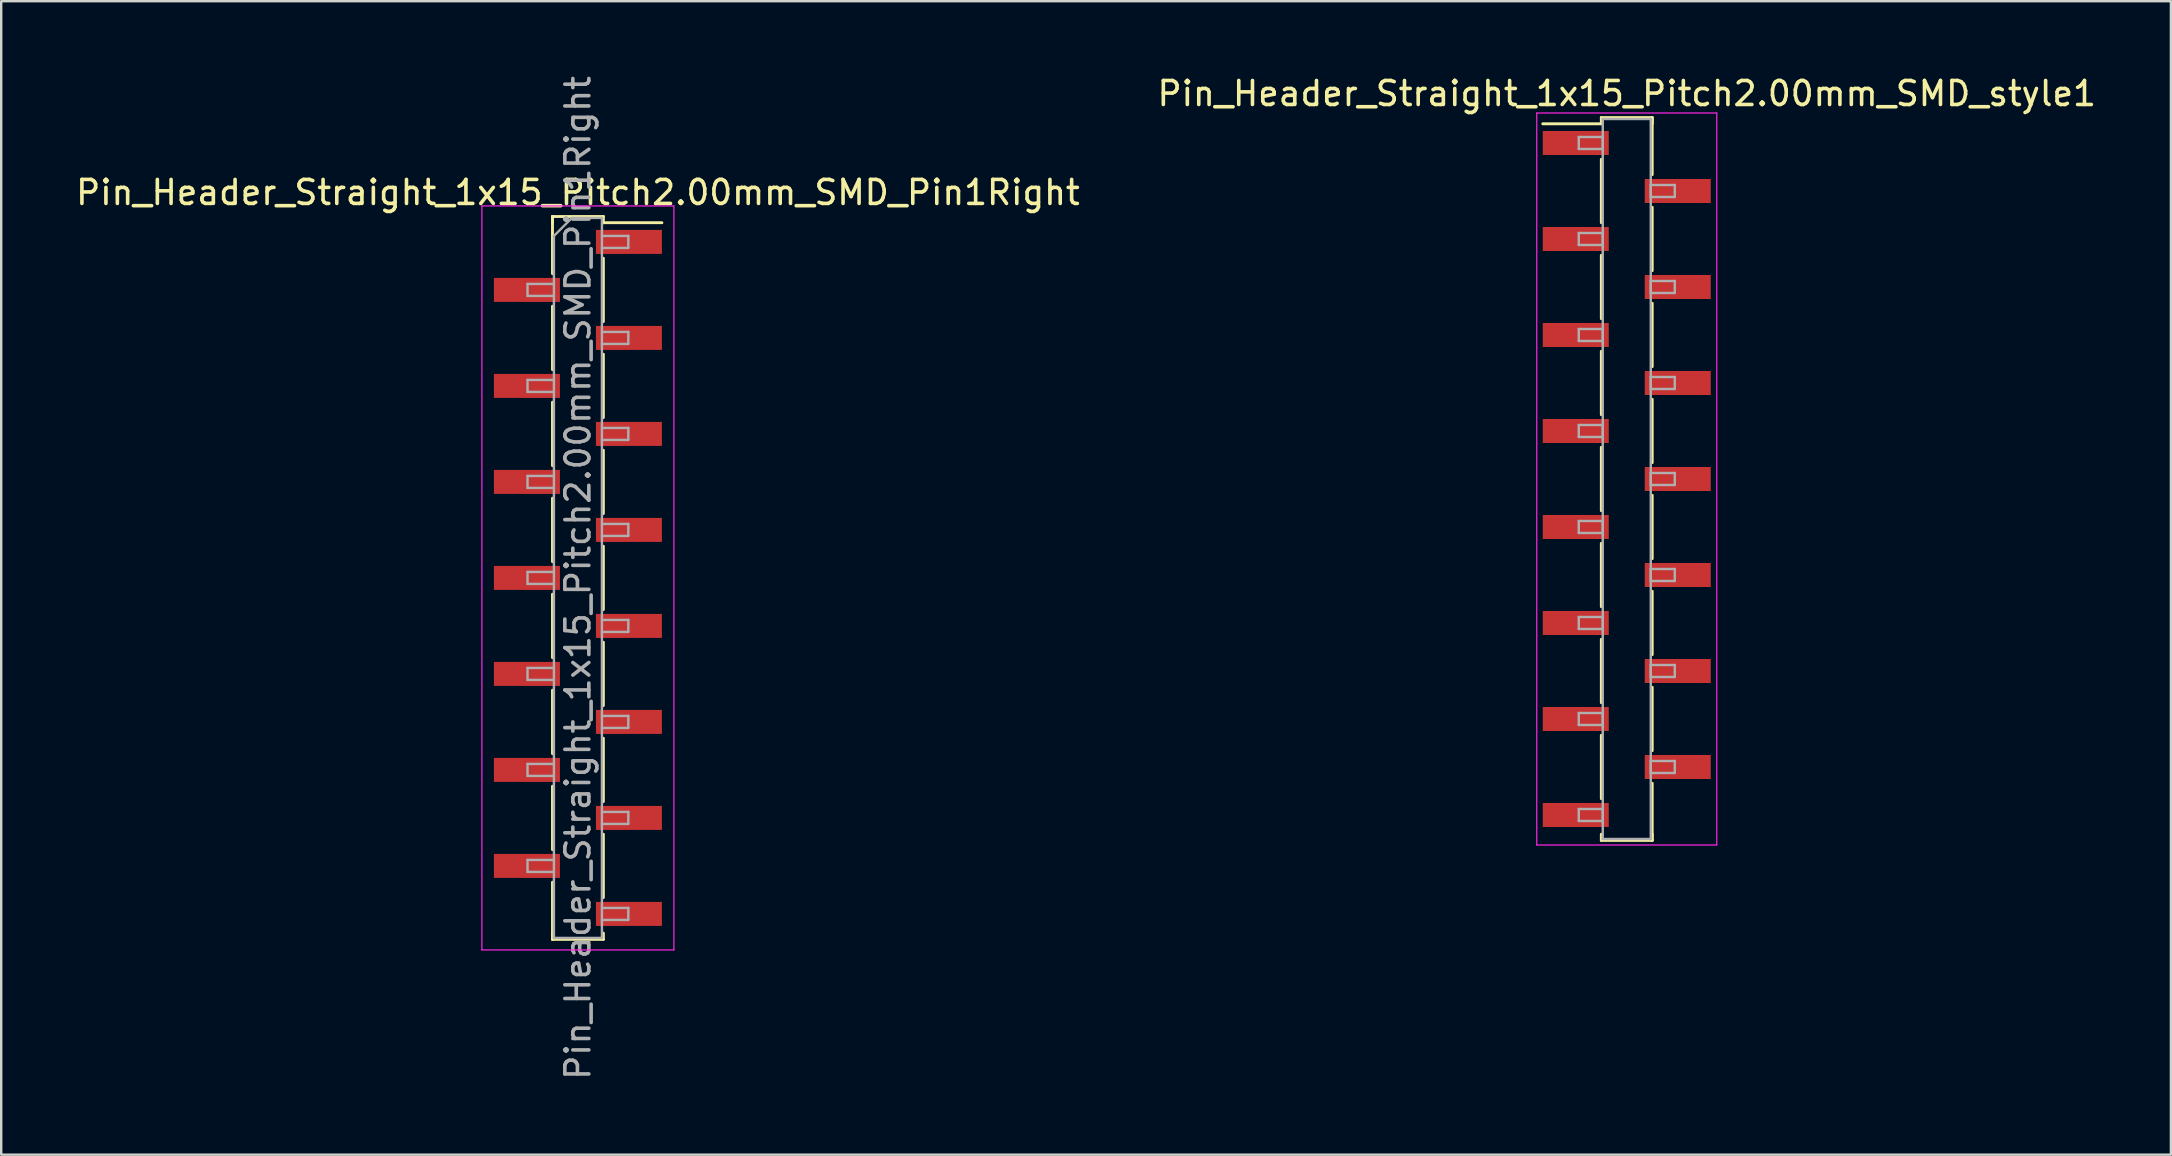
<source format=kicad_pcb>
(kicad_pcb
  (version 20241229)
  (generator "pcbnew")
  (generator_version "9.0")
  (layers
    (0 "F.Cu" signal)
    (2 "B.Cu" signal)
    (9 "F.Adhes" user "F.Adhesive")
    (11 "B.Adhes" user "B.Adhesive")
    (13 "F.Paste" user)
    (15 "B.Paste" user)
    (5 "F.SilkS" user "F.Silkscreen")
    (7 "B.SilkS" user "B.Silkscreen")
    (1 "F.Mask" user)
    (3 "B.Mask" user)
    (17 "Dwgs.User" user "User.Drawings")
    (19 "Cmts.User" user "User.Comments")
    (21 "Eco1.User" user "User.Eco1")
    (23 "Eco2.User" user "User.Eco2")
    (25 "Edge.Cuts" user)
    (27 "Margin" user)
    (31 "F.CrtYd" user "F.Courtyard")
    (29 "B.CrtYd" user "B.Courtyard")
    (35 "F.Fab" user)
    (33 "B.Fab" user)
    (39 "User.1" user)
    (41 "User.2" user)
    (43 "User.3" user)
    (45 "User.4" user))
  (footprint "Pin_Header_Straight_1x15_Pitch2.00mm_SMD_Pin1Right"
    (layer "F.Cu")
    (at 21.03 21.03)
    (property "Reference" "Pin_Header_Straight_1x15_Pitch2.00mm_SMD_Pin1Right" (at 0 -16.06 0) (layer "F.SilkS") (effects (font (size 1 1) (thickness 0.15))))
    (attr smd)
    (fp_line (start -1.06 -15.06) (end -1.06 -12.68) (stroke (width 0.12) (type solid)) (layer "F.SilkS"))
    (fp_line (start -1.06 -15.06) (end 1.06 -15.06) (stroke (width 0.12) (type solid)) (layer "F.SilkS"))
    (fp_line (start -1.06 -14.8) (end -1.06 -15.06) (stroke (width 0.12) (type solid)) (layer "F.SilkS"))
    (fp_line (start -1.06 -11.32) (end -1.06 -8.68) (stroke (width 0.12) (type solid)) (layer "F.SilkS"))
    (fp_line (start -1.06 -7.32) (end -1.06 -4.68) (stroke (width 0.12) (type solid)) (layer "F.SilkS"))
    (fp_line (start -1.06 -3.32) (end -1.06 -0.68) (stroke (width 0.12) (type solid)) (layer "F.SilkS"))
    (fp_line (start -1.06 0.68) (end -1.06 3.32) (stroke (width 0.12) (type solid)) (layer "F.SilkS"))
    (fp_line (start -1.06 4.68) (end -1.06 7.32) (stroke (width 0.12) (type solid)) (layer "F.SilkS"))
    (fp_line (start -1.06 8.68) (end -1.06 11.32) (stroke (width 0.12) (type solid)) (layer "F.SilkS"))
    (fp_line (start -1.06 12.68) (end -1.06 15.06) (stroke (width 0.12) (type solid)) (layer "F.SilkS"))
    (fp_line (start -1.06 14.8) (end -1.06 15.06) (stroke (width 0.12) (type solid)) (layer "F.SilkS"))
    (fp_line (start -1.06 15.06) (end 1.06 15.06) (stroke (width 0.12) (type solid)) (layer "F.SilkS"))
    (fp_line (start 1.06 -15.06) (end 1.06 -14.8) (stroke (width 0.12) (type solid)) (layer "F.SilkS"))
    (fp_line (start 1.06 -14.8) (end 3.5 -14.8) (stroke (width 0.12) (type solid)) (layer "F.SilkS"))
    (fp_line (start 1.06 -13.32) (end 1.06 -10.68) (stroke (width 0.12) (type solid)) (layer "F.SilkS"))
    (fp_line (start 1.06 -9.32) (end 1.06 -6.68) (stroke (width 0.12) (type solid)) (layer "F.SilkS"))
    (fp_line (start 1.06 -5.32) (end 1.06 -2.68) (stroke (width 0.12) (type solid)) (layer "F.SilkS"))
    (fp_line (start 1.06 -1.32) (end 1.06 1.32) (stroke (width 0.12) (type solid)) (layer "F.SilkS"))
    (fp_line (start 1.06 2.68) (end 1.06 5.32) (stroke (width 0.12) (type solid)) (layer "F.SilkS"))
    (fp_line (start 1.06 6.68) (end 1.06 9.32) (stroke (width 0.12) (type solid)) (layer "F.SilkS"))
    (fp_line (start 1.06 10.68) (end 1.06 13.32) (stroke (width 0.12) (type solid)) (layer "F.SilkS"))
    (fp_line (start 1.06 15.06) (end 1.06 14.8) (stroke (width 0.12) (type solid)) (layer "F.SilkS"))
    (fp_line (start -4 -15.5) (end -4 15.5) (stroke (width 0.05) (type solid)) (layer "F.CrtYd"))
    (fp_line (start -4 15.5) (end 4 15.5) (stroke (width 0.05) (type solid)) (layer "F.CrtYd"))
    (fp_line (start 4 -15.5) (end -4 -15.5) (stroke (width 0.05) (type solid)) (layer "F.CrtYd"))
    (fp_line (start 4 15.5) (end 4 -15.5) (stroke (width 0.05) (type solid)) (layer "F.CrtYd"))
    (fp_line (start -2.1 -12.25) (end -2.1 -11.75) (stroke (width 0.1) (type solid)) (layer "F.Fab"))
    (fp_line (start -2.1 -11.75) (end -1 -11.75) (stroke (width 0.1) (type solid)) (layer "F.Fab"))
    (fp_line (start -2.1 -8.25) (end -2.1 -7.75) (stroke (width 0.1) (type solid)) (layer "F.Fab"))
    (fp_line (start -2.1 -7.75) (end -1 -7.75) (stroke (width 0.1) (type solid)) (layer "F.Fab"))
    (fp_line (start -2.1 -4.25) (end -2.1 -3.75) (stroke (width 0.1) (type solid)) (layer "F.Fab"))
    (fp_line (start -2.1 -3.75) (end -1 -3.75) (stroke (width 0.1) (type solid)) (layer "F.Fab"))
    (fp_line (start -2.1 -0.25) (end -2.1 0.25) (stroke (width 0.1) (type solid)) (layer "F.Fab"))
    (fp_line (start -2.1 0.25) (end -1 0.25) (stroke (width 0.1) (type solid)) (layer "F.Fab"))
    (fp_line (start -2.1 3.75) (end -2.1 4.25) (stroke (width 0.1) (type solid)) (layer "F.Fab"))
    (fp_line (start -2.1 4.25) (end -1 4.25) (stroke (width 0.1) (type solid)) (layer "F.Fab"))
    (fp_line (start -2.1 7.75) (end -2.1 8.25) (stroke (width 0.1) (type solid)) (layer "F.Fab"))
    (fp_line (start -2.1 8.25) (end -1 8.25) (stroke (width 0.1) (type solid)) (layer "F.Fab"))
    (fp_line (start -2.1 11.75) (end -2.1 12.25) (stroke (width 0.1) (type solid)) (layer "F.Fab"))
    (fp_line (start -2.1 12.25) (end -1 12.25) (stroke (width 0.1) (type solid)) (layer "F.Fab"))
    (fp_line (start -1 -14.25) (end -0.25 -15) (stroke (width 0.1) (type solid)) (layer "F.Fab"))
    (fp_line (start -1 -12.25) (end -2.1 -12.25) (stroke (width 0.1) (type solid)) (layer "F.Fab"))
    (fp_line (start -1 -8.25) (end -2.1 -8.25) (stroke (width 0.1) (type solid)) (layer "F.Fab"))
    (fp_line (start -1 -4.25) (end -2.1 -4.25) (stroke (width 0.1) (type solid)) (layer "F.Fab"))
    (fp_line (start -1 -0.25) (end -2.1 -0.25) (stroke (width 0.1) (type solid)) (layer "F.Fab"))
    (fp_line (start -1 3.75) (end -2.1 3.75) (stroke (width 0.1) (type solid)) (layer "F.Fab"))
    (fp_line (start -1 7.75) (end -2.1 7.75) (stroke (width 0.1) (type solid)) (layer "F.Fab"))
    (fp_line (start -1 11.75) (end -2.1 11.75) (stroke (width 0.1) (type solid)) (layer "F.Fab"))
    (fp_line (start -1 15) (end -1 -14.25) (stroke (width 0.1) (type solid)) (layer "F.Fab"))
    (fp_line (start -0.25 -15) (end 1 -15) (stroke (width 0.1) (type solid)) (layer "F.Fab"))
    (fp_line (start 1 -15) (end 1 15) (stroke (width 0.1) (type solid)) (layer "F.Fab"))
    (fp_line (start 1 -14.25) (end 2.1 -14.25) (stroke (width 0.1) (type solid)) (layer "F.Fab"))
    (fp_line (start 1 -10.25) (end 2.1 -10.25) (stroke (width 0.1) (type solid)) (layer "F.Fab"))
    (fp_line (start 1 -6.25) (end 2.1 -6.25) (stroke (width 0.1) (type solid)) (layer "F.Fab"))
    (fp_line (start 1 -2.25) (end 2.1 -2.25) (stroke (width 0.1) (type solid)) (layer "F.Fab"))
    (fp_line (start 1 1.75) (end 2.1 1.75) (stroke (width 0.1) (type solid)) (layer "F.Fab"))
    (fp_line (start 1 5.75) (end 2.1 5.75) (stroke (width 0.1) (type solid)) (layer "F.Fab"))
    (fp_line (start 1 9.75) (end 2.1 9.75) (stroke (width 0.1) (type solid)) (layer "F.Fab"))
    (fp_line (start 1 13.75) (end 2.1 13.75) (stroke (width 0.1) (type solid)) (layer "F.Fab"))
    (fp_line (start 1 15) (end -1 15) (stroke (width 0.1) (type solid)) (layer "F.Fab"))
    (fp_line (start 2.1 -14.25) (end 2.1 -13.75) (stroke (width 0.1) (type solid)) (layer "F.Fab"))
    (fp_line (start 2.1 -13.75) (end 1 -13.75) (stroke (width 0.1) (type solid)) (layer "F.Fab"))
    (fp_line (start 2.1 -10.25) (end 2.1 -9.75) (stroke (width 0.1) (type solid)) (layer "F.Fab"))
    (fp_line (start 2.1 -9.75) (end 1 -9.75) (stroke (width 0.1) (type solid)) (layer "F.Fab"))
    (fp_line (start 2.1 -6.25) (end 2.1 -5.75) (stroke (width 0.1) (type solid)) (layer "F.Fab"))
    (fp_line (start 2.1 -5.75) (end 1 -5.75) (stroke (width 0.1) (type solid)) (layer "F.Fab"))
    (fp_line (start 2.1 -2.25) (end 2.1 -1.75) (stroke (width 0.1) (type solid)) (layer "F.Fab"))
    (fp_line (start 2.1 -1.75) (end 1 -1.75) (stroke (width 0.1) (type solid)) (layer "F.Fab"))
    (fp_line (start 2.1 1.75) (end 2.1 2.25) (stroke (width 0.1) (type solid)) (layer "F.Fab"))
    (fp_line (start 2.1 2.25) (end 1 2.25) (stroke (width 0.1) (type solid)) (layer "F.Fab"))
    (fp_line (start 2.1 5.75) (end 2.1 6.25) (stroke (width 0.1) (type solid)) (layer "F.Fab"))
    (fp_line (start 2.1 6.25) (end 1 6.25) (stroke (width 0.1) (type solid)) (layer "F.Fab"))
    (fp_line (start 2.1 9.75) (end 2.1 10.25) (stroke (width 0.1) (type solid)) (layer "F.Fab"))
    (fp_line (start 2.1 10.25) (end 1 10.25) (stroke (width 0.1) (type solid)) (layer "F.Fab"))
    (fp_line (start 2.1 13.75) (end 2.1 14.25) (stroke (width 0.1) (type solid)) (layer "F.Fab"))
    (fp_line (start 2.1 14.25) (end 1 14.25) (stroke (width 0.1) (type solid)) (layer "F.Fab"))
    (fp_text user "${REFERENCE}" (at 0 0 90) (layer "F.Fab") (effects (font (size 1 1) (thickness 0.15))))
    (pad "1" smd rect (at 2.125 -14) (size 2.75 1) (layers "F.Cu" "F.Mask" "F.Paste"))
    (pad "2" smd rect (at -2.125 -12) (size 2.75 1) (layers "F.Cu" "F.Mask" "F.Paste"))
    (pad "3" smd rect (at 2.125 -10) (size 2.75 1) (layers "F.Cu" "F.Mask" "F.Paste"))
    (pad "4" smd rect (at -2.125 -8) (size 2.75 1) (layers "F.Cu" "F.Mask" "F.Paste"))
    (pad "5" smd rect (at 2.125 -6) (size 2.75 1) (layers "F.Cu" "F.Mask" "F.Paste"))
    (pad "6" smd rect (at -2.125 -4) (size 2.75 1) (layers "F.Cu" "F.Mask" "F.Paste"))
    (pad "7" smd rect (at 2.125 -2) (size 2.75 1) (layers "F.Cu" "F.Mask" "F.Paste"))
    (pad "8" smd rect (at -2.125 0) (size 2.75 1) (layers "F.Cu" "F.Mask" "F.Paste"))
    (pad "9" smd rect (at 2.125 2) (size 2.75 1) (layers "F.Cu" "F.Mask" "F.Paste"))
    (pad "10" smd rect (at -2.125 4) (size 2.75 1) (layers "F.Cu" "F.Mask" "F.Paste"))
    (pad "11" smd rect (at 2.125 6) (size 2.75 1) (layers "F.Cu" "F.Mask" "F.Paste"))
    (pad "12" smd rect (at -2.125 8) (size 2.75 1) (layers "F.Cu" "F.Mask" "F.Paste"))
    (pad "13" smd rect (at 2.125 10) (size 2.75 1) (layers "F.Cu" "F.Mask" "F.Paste"))
    (pad "14" smd rect (at -2.125 12) (size 2.75 1) (layers "F.Cu" "F.Mask" "F.Paste"))
    (pad "15" smd rect (at 2.125 14) (size 2.75 1) (layers "F.Cu" "F.Mask" "F.Paste")))
  (footprint "Pin_Header_Straight_1x15_Pitch2.00mm_SMD_style1"
    (layer "F.Cu")
    (at 64.732 16.908)
    (property "Reference" "Pin_Header_Straight_1x15_Pitch2.00mm_SMD_style1" (at 0 -16.06 0) (layer "F.SilkS") (effects (font (size 1 1) (thickness 0.15))))
    (attr smd)
    (fp_line (start -1.06 -15.06) (end 1.06 -15.06) (stroke (width 0.12) (type solid)) (layer "F.SilkS"))
    (fp_line (start -1.06 -14.8) (end -3.5 -14.8) (stroke (width 0.12) (type solid)) (layer "F.SilkS"))
    (fp_line (start -1.06 -14.8) (end -1.06 -15.06) (stroke (width 0.12) (type solid)) (layer "F.SilkS"))
    (fp_line (start -1.06 -13.32) (end -1.06 -10.68) (stroke (width 0.12) (type solid)) (layer "F.SilkS"))
    (fp_line (start -1.06 -9.32) (end -1.06 -6.68) (stroke (width 0.12) (type solid)) (layer "F.SilkS"))
    (fp_line (start -1.06 -5.32) (end -1.06 -2.68) (stroke (width 0.12) (type solid)) (layer "F.SilkS"))
    (fp_line (start -1.06 -1.32) (end -1.06 1.32) (stroke (width 0.12) (type solid)) (layer "F.SilkS"))
    (fp_line (start -1.06 2.68) (end -1.06 5.32) (stroke (width 0.12) (type solid)) (layer "F.SilkS"))
    (fp_line (start -1.06 6.68) (end -1.06 9.32) (stroke (width 0.12) (type solid)) (layer "F.SilkS"))
    (fp_line (start -1.06 10.68) (end -1.06 13.32) (stroke (width 0.12) (type solid)) (layer "F.SilkS"))
    (fp_line (start -1.06 14.8) (end -1.06 15.06) (stroke (width 0.12) (type solid)) (layer "F.SilkS"))
    (fp_line (start -1.06 15.06) (end 1.06 15.06) (stroke (width 0.12) (type solid)) (layer "F.SilkS"))
    (fp_line (start 1.06 -15.06) (end 1.06 -14.8) (stroke (width 0.12) (type solid)) (layer "F.SilkS"))
    (fp_line (start 1.06 -15.06) (end 1.06 -12.68) (stroke (width 0.12) (type solid)) (layer "F.SilkS"))
    (fp_line (start 1.06 -11.32) (end 1.06 -8.68) (stroke (width 0.12) (type solid)) (layer "F.SilkS"))
    (fp_line (start 1.06 -7.32) (end 1.06 -4.68) (stroke (width 0.12) (type solid)) (layer "F.SilkS"))
    (fp_line (start 1.06 -3.32) (end 1.06 -0.68) (stroke (width 0.12) (type solid)) (layer "F.SilkS"))
    (fp_line (start 1.06 0.68) (end 1.06 3.32) (stroke (width 0.12) (type solid)) (layer "F.SilkS"))
    (fp_line (start 1.06 4.68) (end 1.06 7.32) (stroke (width 0.12) (type solid)) (layer "F.SilkS"))
    (fp_line (start 1.06 8.68) (end 1.06 11.32) (stroke (width 0.12) (type solid)) (layer "F.SilkS"))
    (fp_line (start 1.06 12.68) (end 1.06 15.06) (stroke (width 0.12) (type solid)) (layer "F.SilkS"))
    (fp_line (start 1.06 15.06) (end 1.06 14.8) (stroke (width 0.12) (type solid)) (layer "F.SilkS"))
    (fp_line (start -3.75 -15.25) (end -3.75 15.25) (stroke (width 0.05) (type solid)) (layer "F.CrtYd"))
    (fp_line (start -3.75 15.25) (end 3.75 15.25) (stroke (width 0.05) (type solid)) (layer "F.CrtYd"))
    (fp_line (start 3.75 -15.25) (end -3.75 -15.25) (stroke (width 0.05) (type solid)) (layer "F.CrtYd"))
    (fp_line (start 3.75 15.25) (end 3.75 -15.25) (stroke (width 0.05) (type solid)) (layer "F.CrtYd"))
    (fp_line (start -2 -14.25) (end -1 -14.25) (stroke (width 0.1) (type solid)) (layer "F.Fab"))
    (fp_line (start -2 -13.75) (end -2 -14.25) (stroke (width 0.1) (type solid)) (layer "F.Fab"))
    (fp_line (start -2 -10.25) (end -1 -10.25) (stroke (width 0.1) (type solid)) (layer "F.Fab"))
    (fp_line (start -2 -9.75) (end -2 -10.25) (stroke (width 0.1) (type solid)) (layer "F.Fab"))
    (fp_line (start -2 -6.25) (end -1 -6.25) (stroke (width 0.1) (type solid)) (layer "F.Fab"))
    (fp_line (start -2 -5.75) (end -2 -6.25) (stroke (width 0.1) (type solid)) (layer "F.Fab"))
    (fp_line (start -2 -2.25) (end -1 -2.25) (stroke (width 0.1) (type solid)) (layer "F.Fab"))
    (fp_line (start -2 -1.75) (end -2 -2.25) (stroke (width 0.1) (type solid)) (layer "F.Fab"))
    (fp_line (start -2 1.75) (end -1 1.75) (stroke (width 0.1) (type solid)) (layer "F.Fab"))
    (fp_line (start -2 2.25) (end -2 1.75) (stroke (width 0.1) (type solid)) (layer "F.Fab"))
    (fp_line (start -2 5.75) (end -1 5.75) (stroke (width 0.1) (type solid)) (layer "F.Fab"))
    (fp_line (start -2 6.25) (end -2 5.75) (stroke (width 0.1) (type solid)) (layer "F.Fab"))
    (fp_line (start -2 9.75) (end -1 9.75) (stroke (width 0.1) (type solid)) (layer "F.Fab"))
    (fp_line (start -2 10.25) (end -2 9.75) (stroke (width 0.1) (type solid)) (layer "F.Fab"))
    (fp_line (start -2 13.75) (end -1 13.75) (stroke (width 0.1) (type solid)) (layer "F.Fab"))
    (fp_line (start -2 14.25) (end -2 13.75) (stroke (width 0.1) (type solid)) (layer "F.Fab"))
    (fp_line (start -1 -15) (end -1 15) (stroke (width 0.1) (type solid)) (layer "F.Fab"))
    (fp_line (start -1 -14.25) (end -1 -13.75) (stroke (width 0.1) (type solid)) (layer "F.Fab"))
    (fp_line (start -1 -13.75) (end -2 -13.75) (stroke (width 0.1) (type solid)) (layer "F.Fab"))
    (fp_line (start -1 -10.25) (end -1 -9.75) (stroke (width 0.1) (type solid)) (layer "F.Fab"))
    (fp_line (start -1 -9.75) (end -2 -9.75) (stroke (width 0.1) (type solid)) (layer "F.Fab"))
    (fp_line (start -1 -6.25) (end -1 -5.75) (stroke (width 0.1) (type solid)) (layer "F.Fab"))
    (fp_line (start -1 -5.75) (end -2 -5.75) (stroke (width 0.1) (type solid)) (layer "F.Fab"))
    (fp_line (start -1 -2.25) (end -1 -1.75) (stroke (width 0.1) (type solid)) (layer "F.Fab"))
    (fp_line (start -1 -1.75) (end -2 -1.75) (stroke (width 0.1) (type solid)) (layer "F.Fab"))
    (fp_line (start -1 1.75) (end -1 2.25) (stroke (width 0.1) (type solid)) (layer "F.Fab"))
    (fp_line (start -1 2.25) (end -2 2.25) (stroke (width 0.1) (type solid)) (layer "F.Fab"))
    (fp_line (start -1 5.75) (end -1 6.25) (stroke (width 0.1) (type solid)) (layer "F.Fab"))
    (fp_line (start -1 6.25) (end -2 6.25) (stroke (width 0.1) (type solid)) (layer "F.Fab"))
    (fp_line (start -1 9.75) (end -1 10.25) (stroke (width 0.1) (type solid)) (layer "F.Fab"))
    (fp_line (start -1 10.25) (end -2 10.25) (stroke (width 0.1) (type solid)) (layer "F.Fab"))
    (fp_line (start -1 13.75) (end -1 14.25) (stroke (width 0.1) (type solid)) (layer "F.Fab"))
    (fp_line (start -1 14.25) (end -2 14.25) (stroke (width 0.1) (type solid)) (layer "F.Fab"))
    (fp_line (start -1 15) (end 1 15) (stroke (width 0.1) (type solid)) (layer "F.Fab"))
    (fp_line (start 1 -15) (end -1 -15) (stroke (width 0.1) (type solid)) (layer "F.Fab"))
    (fp_line (start 1 -12.25) (end 1 -11.75) (stroke (width 0.1) (type solid)) (layer "F.Fab"))
    (fp_line (start 1 -11.75) (end 2 -11.75) (stroke (width 0.1) (type solid)) (layer "F.Fab"))
    (fp_line (start 1 -8.25) (end 1 -7.75) (stroke (width 0.1) (type solid)) (layer "F.Fab"))
    (fp_line (start 1 -7.75) (end 2 -7.75) (stroke (width 0.1) (type solid)) (layer "F.Fab"))
    (fp_line (start 1 -4.25) (end 1 -3.75) (stroke (width 0.1) (type solid)) (layer "F.Fab"))
    (fp_line (start 1 -3.75) (end 2 -3.75) (stroke (width 0.1) (type solid)) (layer "F.Fab"))
    (fp_line (start 1 -0.25) (end 1 0.25) (stroke (width 0.1) (type solid)) (layer "F.Fab"))
    (fp_line (start 1 0.25) (end 2 0.25) (stroke (width 0.1) (type solid)) (layer "F.Fab"))
    (fp_line (start 1 3.75) (end 1 4.25) (stroke (width 0.1) (type solid)) (layer "F.Fab"))
    (fp_line (start 1 4.25) (end 2 4.25) (stroke (width 0.1) (type solid)) (layer "F.Fab"))
    (fp_line (start 1 7.75) (end 1 8.25) (stroke (width 0.1) (type solid)) (layer "F.Fab"))
    (fp_line (start 1 8.25) (end 2 8.25) (stroke (width 0.1) (type solid)) (layer "F.Fab"))
    (fp_line (start 1 11.75) (end 1 12.25) (stroke (width 0.1) (type solid)) (layer "F.Fab"))
    (fp_line (start 1 12.25) (end 2 12.25) (stroke (width 0.1) (type solid)) (layer "F.Fab"))
    (fp_line (start 1 15) (end 1 -15) (stroke (width 0.1) (type solid)) (layer "F.Fab"))
    (fp_line (start 2 -12.25) (end 1 -12.25) (stroke (width 0.1) (type solid)) (layer "F.Fab"))
    (fp_line (start 2 -11.75) (end 2 -12.25) (stroke (width 0.1) (type solid)) (layer "F.Fab"))
    (fp_line (start 2 -8.25) (end 1 -8.25) (stroke (width 0.1) (type solid)) (layer "F.Fab"))
    (fp_line (start 2 -7.75) (end 2 -8.25) (stroke (width 0.1) (type solid)) (layer "F.Fab"))
    (fp_line (start 2 -4.25) (end 1 -4.25) (stroke (width 0.1) (type solid)) (layer "F.Fab"))
    (fp_line (start 2 -3.75) (end 2 -4.25) (stroke (width 0.1) (type solid)) (layer "F.Fab"))
    (fp_line (start 2 -0.25) (end 1 -0.25) (stroke (width 0.1) (type solid)) (layer "F.Fab"))
    (fp_line (start 2 0.25) (end 2 -0.25) (stroke (width 0.1) (type solid)) (layer "F.Fab"))
    (fp_line (start 2 3.75) (end 1 3.75) (stroke (width 0.1) (type solid)) (layer "F.Fab"))
    (fp_line (start 2 4.25) (end 2 3.75) (stroke (width 0.1) (type solid)) (layer "F.Fab"))
    (fp_line (start 2 7.75) (end 1 7.75) (stroke (width 0.1) (type solid)) (layer "F.Fab"))
    (fp_line (start 2 8.25) (end 2 7.75) (stroke (width 0.1) (type solid)) (layer "F.Fab"))
    (fp_line (start 2 11.75) (end 1 11.75) (stroke (width 0.1) (type solid)) (layer "F.Fab"))
    (fp_line (start 2 12.25) (end 2 11.75) (stroke (width 0.1) (type solid)) (layer "F.Fab"))
    (pad "1" smd rect (at -2.125 -14) (size 2.75 1) (layers "F.Cu" "F.Mask"))
    (pad "2" smd rect (at 2.125 -12) (size 2.75 1) (layers "F.Cu" "F.Mask"))
    (pad "3" smd rect (at -2.125 -10) (size 2.75 1) (layers "F.Cu" "F.Mask"))
    (pad "4" smd rect (at 2.125 -8) (size 2.75 1) (layers "F.Cu" "F.Mask"))
    (pad "5" smd rect (at -2.125 -6) (size 2.75 1) (layers "F.Cu" "F.Mask"))
    (pad "6" smd rect (at 2.125 -4) (size 2.75 1) (layers "F.Cu" "F.Mask"))
    (pad "7" smd rect (at -2.125 -2) (size 2.75 1) (layers "F.Cu" "F.Mask"))
    (pad "8" smd rect (at 2.125 0) (size 2.75 1) (layers "F.Cu" "F.Mask"))
    (pad "9" smd rect (at -2.125 2) (size 2.75 1) (layers "F.Cu" "F.Mask"))
    (pad "10" smd rect (at 2.125 4) (size 2.75 1) (layers "F.Cu" "F.Mask"))
    (pad "11" smd rect (at -2.125 6) (size 2.75 1) (layers "F.Cu" "F.Mask"))
    (pad "12" smd rect (at 2.125 8) (size 2.75 1) (layers "F.Cu" "F.Mask"))
    (pad "13" smd rect (at -2.125 10) (size 2.75 1) (layers "F.Cu" "F.Mask"))
    (pad "14" smd rect (at 2.125 12) (size 2.75 1) (layers "F.Cu" "F.Mask"))
    (pad "15" smd rect (at -2.125 14) (size 2.75 1) (layers "F.Cu" "F.Mask")))
  (gr_rect
    (start -3 -3)
    (end 87.405 45.06)
    (stroke (width 0.1) (type default))
    (fill no)
    (layer "Edge.Cuts")))
</source>
